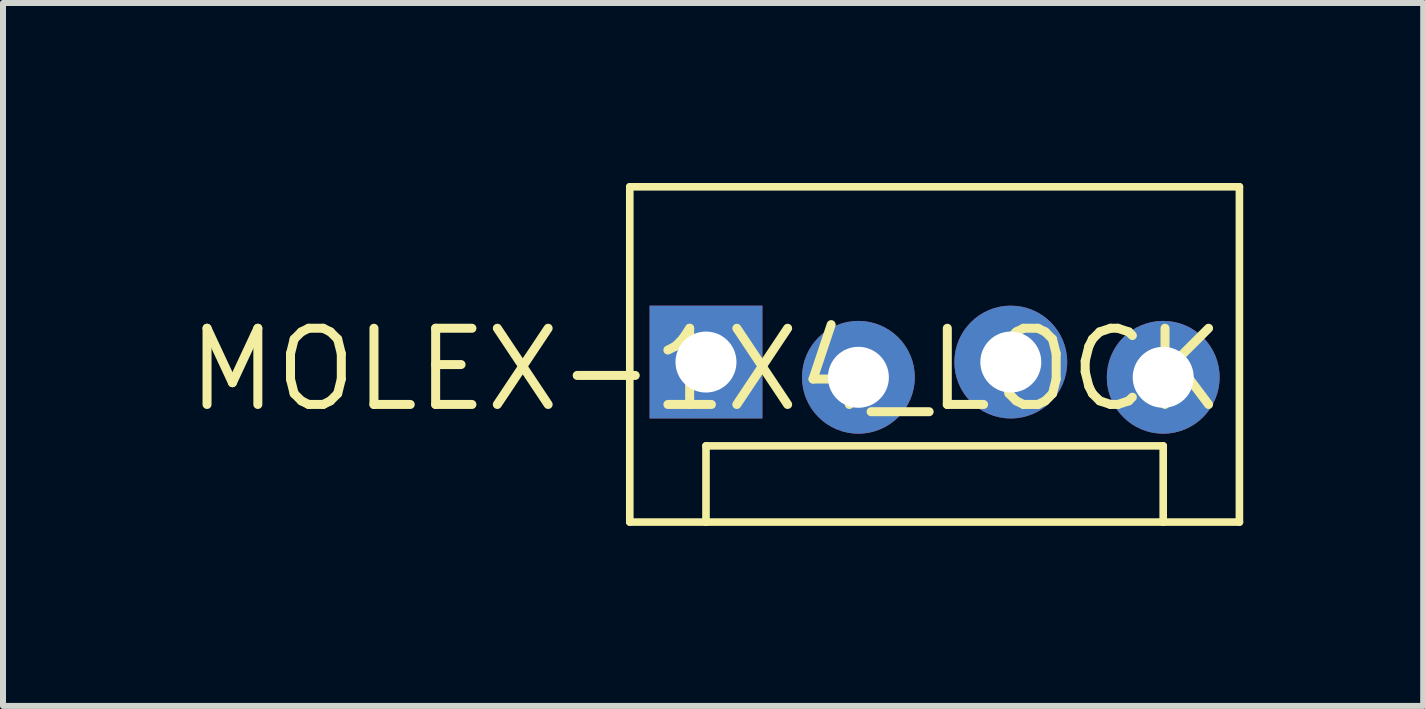
<source format=kicad_pcb>
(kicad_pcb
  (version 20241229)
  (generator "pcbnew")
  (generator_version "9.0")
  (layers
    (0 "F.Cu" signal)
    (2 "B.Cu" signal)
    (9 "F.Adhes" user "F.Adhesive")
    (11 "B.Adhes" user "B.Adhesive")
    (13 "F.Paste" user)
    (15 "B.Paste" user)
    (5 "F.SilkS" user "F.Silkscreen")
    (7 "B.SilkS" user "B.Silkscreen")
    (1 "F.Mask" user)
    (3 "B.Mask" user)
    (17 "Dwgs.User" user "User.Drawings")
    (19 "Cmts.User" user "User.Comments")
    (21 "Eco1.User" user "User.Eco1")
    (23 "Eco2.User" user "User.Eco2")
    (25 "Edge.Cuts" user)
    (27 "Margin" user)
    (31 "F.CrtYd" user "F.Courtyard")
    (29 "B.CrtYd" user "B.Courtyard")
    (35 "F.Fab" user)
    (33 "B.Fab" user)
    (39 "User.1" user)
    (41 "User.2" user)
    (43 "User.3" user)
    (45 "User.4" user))
  (footprint "MOLEX-1X4_LOCK"
    (layer "F.Cu")
    (at 8.716 3.111)
    (property "Reference" "MOLEX-1X4_LOCK" (at 0 0 0) (layer "F.SilkS") (effects (font (size 1.27 1.27) (thickness 0.15))))
    (fp_line (start -1.27 -3.048) (end -1.27 2.54) (stroke (width 0.127) (type solid)) (layer "F.SilkS"))
    (fp_line (start 0 1.27) (end 7.62 1.27) (stroke (width 0.127) (type solid)) (layer "F.SilkS"))
    (fp_line (start 0 2.54) (end -1.27 2.54) (stroke (width 0.127) (type solid)) (layer "F.SilkS"))
    (fp_line (start 0 2.54) (end 0 1.27) (stroke (width 0.127) (type solid)) (layer "F.SilkS"))
    (fp_line (start 7.62 1.27) (end 7.62 2.54) (stroke (width 0.127) (type solid)) (layer "F.SilkS"))
    (fp_line (start 7.62 2.54) (end 0 2.54) (stroke (width 0.127) (type solid)) (layer "F.SilkS"))
    (fp_line (start 8.89 -3.048) (end -1.27 -3.048) (stroke (width 0.127) (type solid)) (layer "F.SilkS"))
    (fp_line (start 8.89 -3.048) (end 8.89 2.54) (stroke (width 0.127) (type solid)) (layer "F.SilkS"))
    (fp_line (start 8.89 2.54) (end 7.62 2.54) (stroke (width 0.127) (type solid)) (layer "F.SilkS"))
    (pad "1" thru_hole rect (at 0 -0.127) (size 1.88 1.88) (drill 1.016) (layers "*.Cu" "*.Mask"))
    (pad "2" thru_hole circle (at 2.54 0.127) (size 1.88 1.88) (drill 1.016) (layers "*.Cu" "*.Mask"))
    (pad "3" thru_hole circle (at 5.08 -0.127) (size 1.88 1.88) (drill 1.016) (layers "*.Cu" "*.Mask"))
    (pad "4" thru_hole circle (at 7.62 0.127) (size 1.88 1.88) (drill 1.016) (layers "*.Cu" "*.Mask")))
  (gr_rect
    (start -3 -3)
    (end 20.669 8.715)
    (stroke (width 0.1) (type default))
    (fill no)
    (layer "Edge.Cuts")))
</source>
